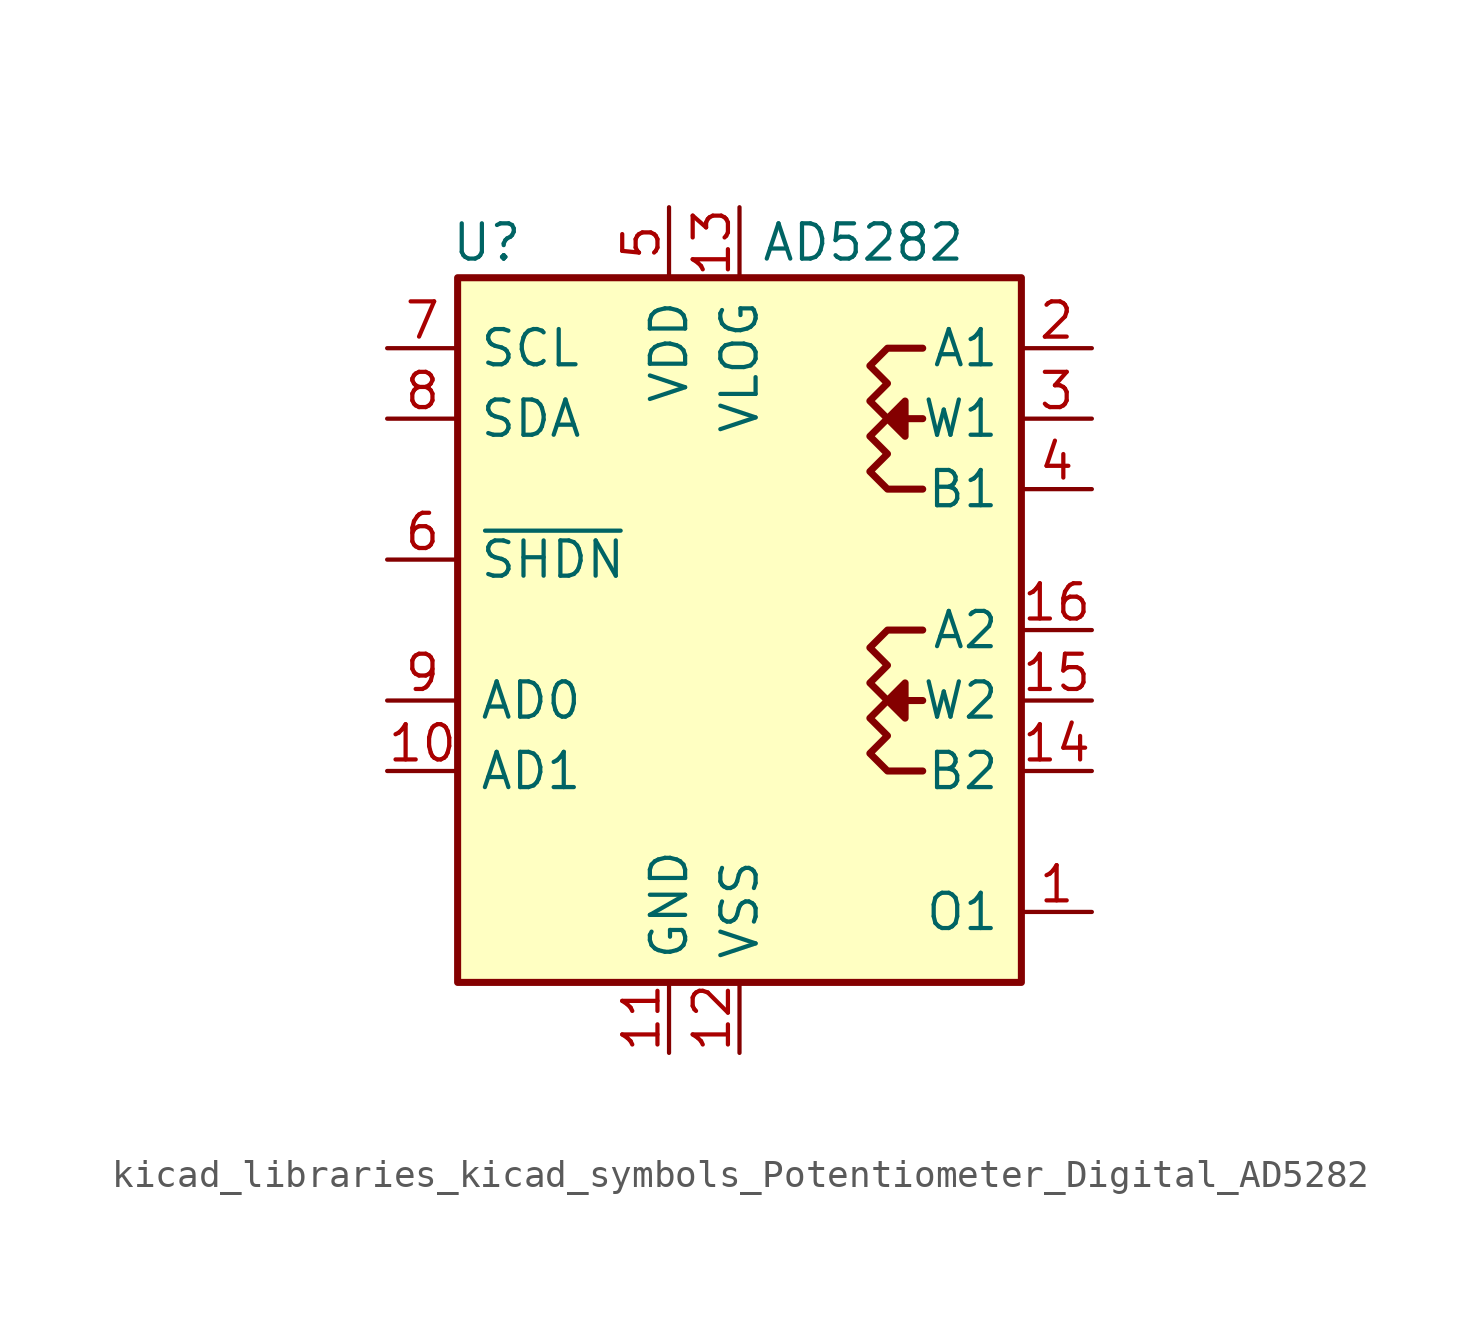
<source format=kicad_sym>
(kicad_symbol_lib
  (version 20220914)
  (generator kicad_symbol_editor)
  (symbol "kicad_libraries_kicad_symbols_Potentiometer_Digital_AD5282"
    (pin_names
      (offset 0.762))
    (property "Reference" "U"
      (at -10.414 13.97 0)
      (effects (font (size 1.27 1.27)) (justify left)))
    (property "Value" "AD5282"
      (at 0.762 13.97 0)
      (effects (font (size 1.27 1.27)) (justify left)))
    (symbol "kicad_libraries_kicad_symbols_Potentiometer_Digital_AD5282_0_1"
      (rectangle (start -10.16 12.7) (end 10.16 -12.7) (stroke (width 0.254) (type default)) (fill (type background)))
      (polyline (pts (xy 6.604 -2.54) (xy 5.334 -2.54) (xy 5.969 -1.905) (xy 5.969 -3.175) (xy 5.334 -2.54)) (stroke (width 0.254) (type default)) (fill (type outline)))
      (polyline (pts (xy 6.604 7.62) (xy 5.334 7.62) (xy 5.969 8.255) (xy 5.969 7.62) (xy 5.969 6.985) (xy 5.334 7.62)) (stroke (width 0.254) (type default)) (fill (type outline)))
      (polyline (pts (xy 6.604 0) (xy 5.334 0) (xy 4.699 -0.635) (xy 5.334 -1.27) (xy 4.699 -1.905) (xy 5.334 -2.54) (xy 4.699 -3.175) (xy 5.334 -3.81) (xy 4.699 -4.445) (xy 5.334 -5.08) (xy 6.604 -5.08)) (stroke (width 0.254) (type default)) (fill (type none)))
      (polyline (pts (xy 6.604 10.16) (xy 5.334 10.16) (xy 4.699 9.525) (xy 5.334 8.89) (xy 4.699 8.255) (xy 5.334 7.62) (xy 4.699 6.985) (xy 5.334 6.35) (xy 4.699 5.715) (xy 5.334 5.08) (xy 6.604 5.08)) (stroke (width 0.254) (type default)) (fill (type none))))
    (symbol "kicad_libraries_kicad_symbols_Potentiometer_Digital_AD5282_1_1"
      (pin output line (at 12.7 -10.16 180) (length 2.54) (name "O1" (effects (font (size 1.27 1.27)))) (number "1" (effects (font (size 1.27 1.27)))))
      (pin input line (at -12.7 -5.08 0) (length 2.54) (name "AD1" (effects (font (size 1.27 1.27)))) (number "10" (effects (font (size 1.27 1.27)))))
      (pin power_in line (at -2.54 -15.24 90) (length 2.54) (name "GND" (effects (font (size 1.27 1.27)))) (number "11" (effects (font (size 1.27 1.27)))))
      (pin power_in line (at 0 -15.24 90) (length 2.54) (name "VSS" (effects (font (size 1.27 1.27)))) (number "12" (effects (font (size 1.27 1.27)))))
      (pin power_in line (at 0 15.24 270) (length 2.54) (name "VLOG" (effects (font (size 1.27 1.27)))) (number "13" (effects (font (size 1.27 1.27)))))
      (pin passive line (at 12.7 -5.08 180) (length 2.54) (name "B2" (effects (font (size 1.27 1.27)))) (number "14" (effects (font (size 1.27 1.27)))))
      (pin passive line (at 12.7 -2.54 180) (length 2.54) (name "W2" (effects (font (size 1.27 1.27)))) (number "15" (effects (font (size 1.27 1.27)))))
      (pin passive line (at 12.7 0 180) (length 2.54) (name "A2" (effects (font (size 1.27 1.27)))) (number "16" (effects (font (size 1.27 1.27)))))
      (pin passive line (at 12.7 10.16 180) (length 2.54) (name "A1" (effects (font (size 1.27 1.27)))) (number "2" (effects (font (size 1.27 1.27)))))
      (pin passive line (at 12.7 7.62 180) (length 2.54) (name "W1" (effects (font (size 1.27 1.27)))) (number "3" (effects (font (size 1.27 1.27)))))
      (pin passive line (at 12.7 5.08 180) (length 2.54) (name "B1" (effects (font (size 1.27 1.27)))) (number "4" (effects (font (size 1.27 1.27)))))
      (pin power_in line (at -2.54 15.24 270) (length 2.54) (name "VDD" (effects (font (size 1.27 1.27)))) (number "5" (effects (font (size 1.27 1.27)))))
      (pin input line (at -12.7 2.54 0) (length 2.54) (name "~{SHDN}" (effects (font (size 1.27 1.27)))) (number "6" (effects (font (size 1.27 1.27)))))
      (pin input line (at -12.7 10.16 0) (length 2.54) (name "SCL" (effects (font (size 1.27 1.27)))) (number "7" (effects (font (size 1.27 1.27)))))
      (pin bidirectional line (at -12.7 7.62 0) (length 2.54) (name "SDA" (effects (font (size 1.27 1.27)))) (number "8" (effects (font (size 1.27 1.27)))))
      (pin input line (at -12.7 -2.54 0) (length 2.54) (name "AD0" (effects (font (size 1.27 1.27)))) (number "9" (effects (font (size 1.27 1.27))))))))
</source>
